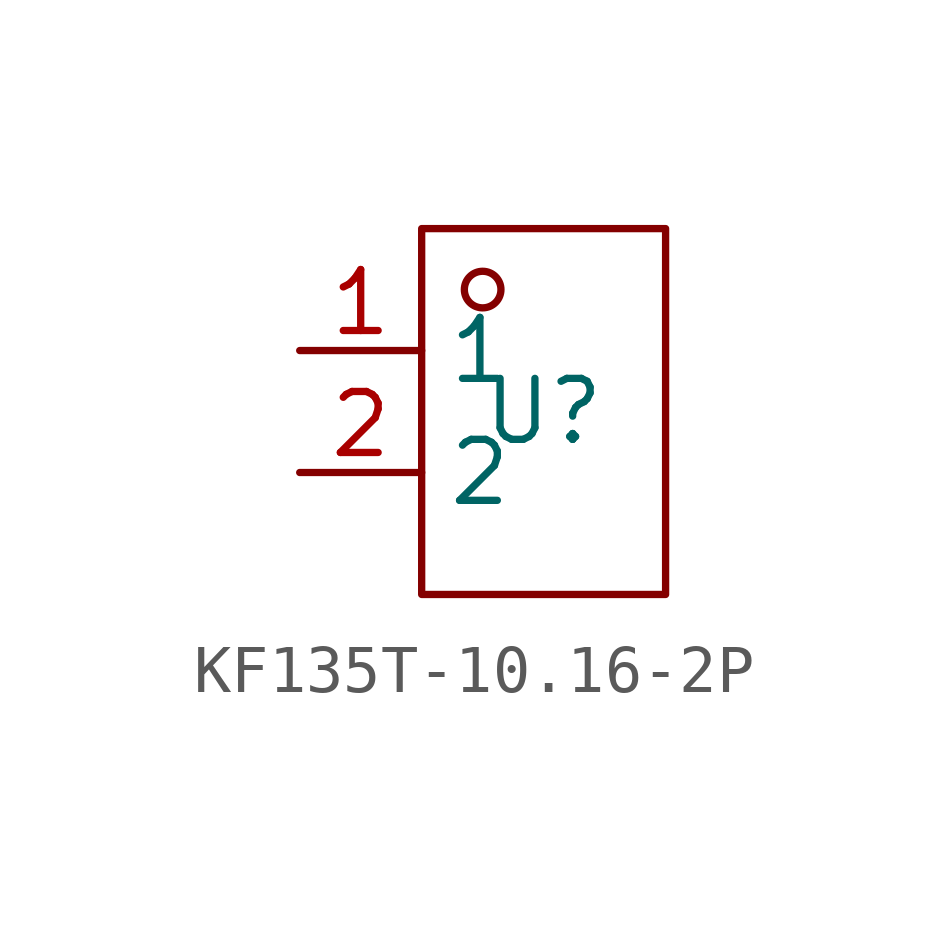
<source format=kicad_sym>
(kicad_symbol_lib
  (version 20241209)
  (generator "kicad_symbol_editor")
  (generator_version "9.0")
  (symbol "KF135T-10.16-2P"
    (property "Reference" "U"
      (at 0 0 0)
      (effects (font (size 1.27 1.27))))
    (property "Value" ""
      (at 0 0 0)
      (effects (font (size 1.27 1.27))))
    (symbol "KF135T-10.16-2P_1_0"
      (rectangle (start -2.54 -3.81) (end 2.54 3.81) (stroke (width 0) (type default)) (fill (type none)))
      (circle (center -1.27 2.54) (radius 0.381) (stroke (width 0) (type default)) (fill (type none)))
      (pin input line (at -5.08 1.27 0) (length 2.54) (name "1" (effects (font (size 1.27 1.27)))) (number "1" (effects (font (size 1.27 1.27)))))
      (pin input line (at -5.08 -1.27 0) (length 2.54) (name "2" (effects (font (size 1.27 1.27)))) (number "2" (effects (font (size 1.27 1.27))))))))
</source>
